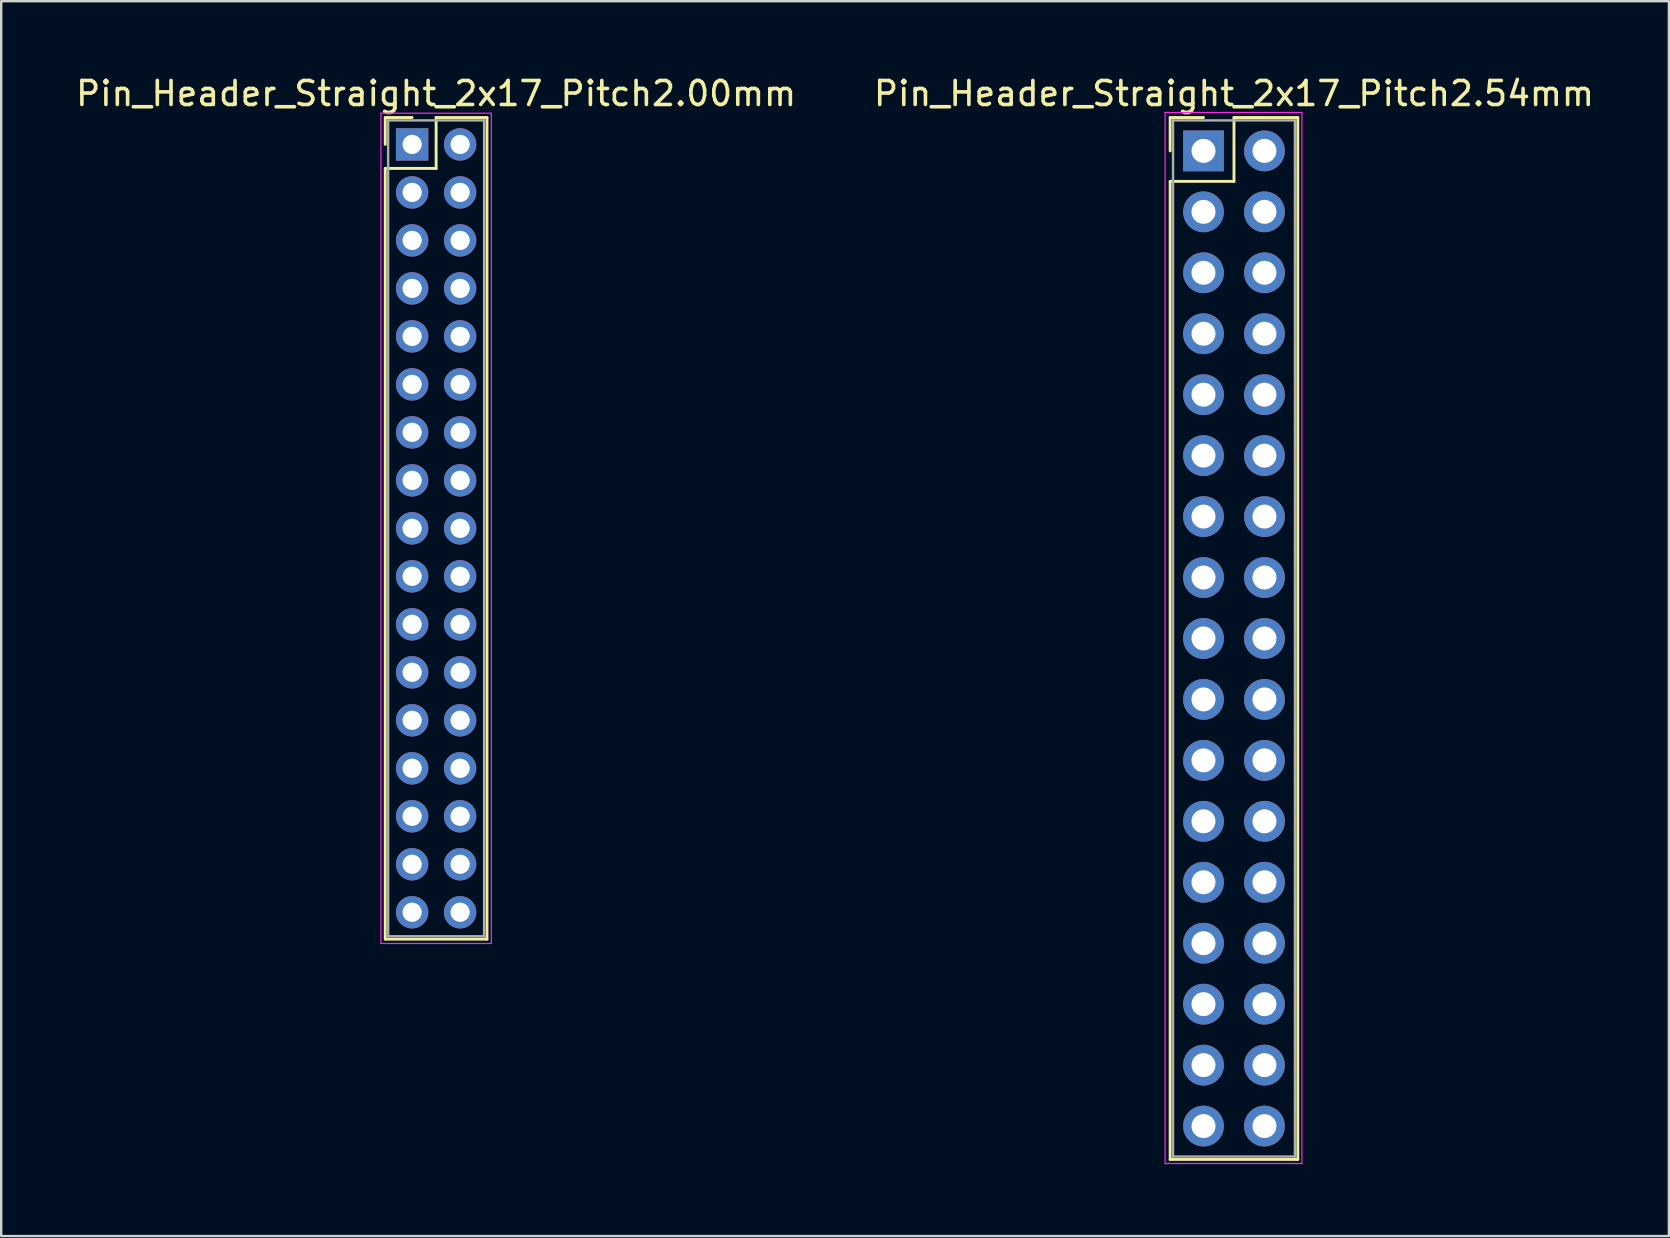
<source format=kicad_pcb>
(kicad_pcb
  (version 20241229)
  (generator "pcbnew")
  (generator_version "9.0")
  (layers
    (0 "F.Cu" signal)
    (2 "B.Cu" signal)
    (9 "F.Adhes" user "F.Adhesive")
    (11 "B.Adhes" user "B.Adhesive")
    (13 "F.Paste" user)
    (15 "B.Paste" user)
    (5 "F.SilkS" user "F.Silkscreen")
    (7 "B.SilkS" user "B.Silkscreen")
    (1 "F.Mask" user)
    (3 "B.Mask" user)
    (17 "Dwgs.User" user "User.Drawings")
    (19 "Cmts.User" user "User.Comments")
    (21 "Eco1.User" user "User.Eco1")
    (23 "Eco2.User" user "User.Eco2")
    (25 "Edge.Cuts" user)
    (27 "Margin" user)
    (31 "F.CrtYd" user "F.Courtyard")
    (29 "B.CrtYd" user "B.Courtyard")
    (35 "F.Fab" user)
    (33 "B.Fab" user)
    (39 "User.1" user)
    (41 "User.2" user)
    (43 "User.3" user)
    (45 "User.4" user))
  (footprint "Pin_Header_Straight_2x17_Pitch2.00mm"
    (layer "F.Cu")
    (at 14.125 2.968)
    (property "Reference" "Pin_Header_Straight_2x17_Pitch2.00mm" (at 1 -2.12 0) (layer "F.SilkS") (effects (font (size 1 1) (thickness 0.15))))
    (attr through_hole)
    (fp_line (start -1.12 -1.12) (end 0 -1.12) (stroke (width 0.12) (type solid)) (layer "F.SilkS"))
    (fp_line (start -1.12 0) (end -1.12 -1.12) (stroke (width 0.12) (type solid)) (layer "F.SilkS"))
    (fp_line (start -1.12 1) (end -1.12 33.12) (stroke (width 0.12) (type solid)) (layer "F.SilkS"))
    (fp_line (start -1.12 33.12) (end 3.12 33.12) (stroke (width 0.12) (type solid)) (layer "F.SilkS"))
    (fp_line (start 1 -1.12) (end 1 1) (stroke (width 0.12) (type solid)) (layer "F.SilkS"))
    (fp_line (start 1 1) (end -1.12 1) (stroke (width 0.12) (type solid)) (layer "F.SilkS"))
    (fp_line (start 3.12 -1.12) (end 1 -1.12) (stroke (width 0.12) (type solid)) (layer "F.SilkS"))
    (fp_line (start 3.12 33.12) (end 3.12 -1.12) (stroke (width 0.12) (type solid)) (layer "F.SilkS"))
    (fp_line (start -1.3 -1.3) (end -1.3 33.3) (stroke (width 0.05) (type solid)) (layer "F.CrtYd"))
    (fp_line (start -1.3 33.3) (end 3.3 33.3) (stroke (width 0.05) (type solid)) (layer "F.CrtYd"))
    (fp_line (start 3.3 -1.3) (end -1.3 -1.3) (stroke (width 0.05) (type solid)) (layer "F.CrtYd"))
    (fp_line (start 3.3 33.3) (end 3.3 -1.3) (stroke (width 0.05) (type solid)) (layer "F.CrtYd"))
    (fp_line (start -1 -1) (end -1 33) (stroke (width 0.1) (type solid)) (layer "F.Fab"))
    (fp_line (start -1 33) (end 3 33) (stroke (width 0.1) (type solid)) (layer "F.Fab"))
    (fp_line (start 3 -1) (end -1 -1) (stroke (width 0.1) (type solid)) (layer "F.Fab"))
    (fp_line (start 3 33) (end 3 -1) (stroke (width 0.1) (type solid)) (layer "F.Fab"))
    (pad "1" thru_hole rect (at 0 0) (size 1.35 1.35) (drill 0.8) (layers "*.Cu" "*.Mask"))
    (pad "2" thru_hole oval (at 2 0) (size 1.35 1.35) (drill 0.8) (layers "*.Cu" "*.Mask"))
    (pad "3" thru_hole oval (at 0 2) (size 1.35 1.35) (drill 0.8) (layers "*.Cu" "*.Mask"))
    (pad "4" thru_hole oval (at 2 2) (size 1.35 1.35) (drill 0.8) (layers "*.Cu" "*.Mask"))
    (pad "5" thru_hole oval (at 0 4) (size 1.35 1.35) (drill 0.8) (layers "*.Cu" "*.Mask"))
    (pad "6" thru_hole oval (at 2 4) (size 1.35 1.35) (drill 0.8) (layers "*.Cu" "*.Mask"))
    (pad "7" thru_hole oval (at 0 6) (size 1.35 1.35) (drill 0.8) (layers "*.Cu" "*.Mask"))
    (pad "8" thru_hole oval (at 2 6) (size 1.35 1.35) (drill 0.8) (layers "*.Cu" "*.Mask"))
    (pad "9" thru_hole oval (at 0 8) (size 1.35 1.35) (drill 0.8) (layers "*.Cu" "*.Mask"))
    (pad "10" thru_hole oval (at 2 8) (size 1.35 1.35) (drill 0.8) (layers "*.Cu" "*.Mask"))
    (pad "11" thru_hole oval (at 0 10) (size 1.35 1.35) (drill 0.8) (layers "*.Cu" "*.Mask"))
    (pad "12" thru_hole oval (at 2 10) (size 1.35 1.35) (drill 0.8) (layers "*.Cu" "*.Mask"))
    (pad "13" thru_hole oval (at 0 12) (size 1.35 1.35) (drill 0.8) (layers "*.Cu" "*.Mask"))
    (pad "14" thru_hole oval (at 2 12) (size 1.35 1.35) (drill 0.8) (layers "*.Cu" "*.Mask"))
    (pad "15" thru_hole oval (at 0 14) (size 1.35 1.35) (drill 0.8) (layers "*.Cu" "*.Mask"))
    (pad "16" thru_hole oval (at 2 14) (size 1.35 1.35) (drill 0.8) (layers "*.Cu" "*.Mask"))
    (pad "17" thru_hole oval (at 0 16) (size 1.35 1.35) (drill 0.8) (layers "*.Cu" "*.Mask"))
    (pad "18" thru_hole oval (at 2 16) (size 1.35 1.35) (drill 0.8) (layers "*.Cu" "*.Mask"))
    (pad "19" thru_hole oval (at 0 18) (size 1.35 1.35) (drill 0.8) (layers "*.Cu" "*.Mask"))
    (pad "20" thru_hole oval (at 2 18) (size 1.35 1.35) (drill 0.8) (layers "*.Cu" "*.Mask"))
    (pad "21" thru_hole oval (at 0 20) (size 1.35 1.35) (drill 0.8) (layers "*.Cu" "*.Mask"))
    (pad "22" thru_hole oval (at 2 20) (size 1.35 1.35) (drill 0.8) (layers "*.Cu" "*.Mask"))
    (pad "23" thru_hole oval (at 0 22) (size 1.35 1.35) (drill 0.8) (layers "*.Cu" "*.Mask"))
    (pad "24" thru_hole oval (at 2 22) (size 1.35 1.35) (drill 0.8) (layers "*.Cu" "*.Mask"))
    (pad "25" thru_hole oval (at 0 24) (size 1.35 1.35) (drill 0.8) (layers "*.Cu" "*.Mask"))
    (pad "26" thru_hole oval (at 2 24) (size 1.35 1.35) (drill 0.8) (layers "*.Cu" "*.Mask"))
    (pad "27" thru_hole oval (at 0 26) (size 1.35 1.35) (drill 0.8) (layers "*.Cu" "*.Mask"))
    (pad "28" thru_hole oval (at 2 26) (size 1.35 1.35) (drill 0.8) (layers "*.Cu" "*.Mask"))
    (pad "29" thru_hole oval (at 0 28) (size 1.35 1.35) (drill 0.8) (layers "*.Cu" "*.Mask"))
    (pad "30" thru_hole oval (at 2 28) (size 1.35 1.35) (drill 0.8) (layers "*.Cu" "*.Mask"))
    (pad "31" thru_hole oval (at 0 30) (size 1.35 1.35) (drill 0.8) (layers "*.Cu" "*.Mask"))
    (pad "32" thru_hole oval (at 2 30) (size 1.35 1.35) (drill 0.8) (layers "*.Cu" "*.Mask"))
    (pad "33" thru_hole oval (at 0 32) (size 1.35 1.35) (drill 0.8) (layers "*.Cu" "*.Mask"))
    (pad "34" thru_hole oval (at 2 32) (size 1.35 1.35) (drill 0.8) (layers "*.Cu" "*.Mask")))
  (footprint "Pin_Header_Straight_2x17_Pitch2.54mm"
    (layer "F.Cu")
    (at 47.105 3.238)
    (property "Reference" "Pin_Header_Straight_2x17_Pitch2.54mm" (at 1.27 -2.39 0) (layer "F.SilkS") (effects (font (size 1 1) (thickness 0.15))))
    (attr through_hole)
    (fp_line (start -1.39 -1.39) (end 0 -1.39) (stroke (width 0.12) (type solid)) (layer "F.SilkS"))
    (fp_line (start -1.39 0) (end -1.39 -1.39) (stroke (width 0.12) (type solid)) (layer "F.SilkS"))
    (fp_line (start -1.39 1.27) (end -1.39 42.03) (stroke (width 0.12) (type solid)) (layer "F.SilkS"))
    (fp_line (start -1.39 42.03) (end 3.93 42.03) (stroke (width 0.12) (type solid)) (layer "F.SilkS"))
    (fp_line (start 1.27 -1.39) (end 1.27 1.27) (stroke (width 0.12) (type solid)) (layer "F.SilkS"))
    (fp_line (start 1.27 1.27) (end -1.39 1.27) (stroke (width 0.12) (type solid)) (layer "F.SilkS"))
    (fp_line (start 3.93 -1.39) (end 1.27 -1.39) (stroke (width 0.12) (type solid)) (layer "F.SilkS"))
    (fp_line (start 3.93 42.03) (end 3.93 -1.39) (stroke (width 0.12) (type solid)) (layer "F.SilkS"))
    (fp_line (start -1.6 -1.6) (end -1.6 42.2) (stroke (width 0.05) (type solid)) (layer "F.CrtYd"))
    (fp_line (start -1.6 42.2) (end 4.1 42.2) (stroke (width 0.05) (type solid)) (layer "F.CrtYd"))
    (fp_line (start 4.1 -1.6) (end -1.6 -1.6) (stroke (width 0.05) (type solid)) (layer "F.CrtYd"))
    (fp_line (start 4.1 42.2) (end 4.1 -1.6) (stroke (width 0.05) (type solid)) (layer "F.CrtYd"))
    (fp_line (start -1.27 -1.27) (end -1.27 41.91) (stroke (width 0.1) (type solid)) (layer "F.Fab"))
    (fp_line (start -1.27 41.91) (end 3.81 41.91) (stroke (width 0.1) (type solid)) (layer "F.Fab"))
    (fp_line (start 3.81 -1.27) (end -1.27 -1.27) (stroke (width 0.1) (type solid)) (layer "F.Fab"))
    (fp_line (start 3.81 41.91) (end 3.81 -1.27) (stroke (width 0.1) (type solid)) (layer "F.Fab"))
    (pad "1" thru_hole rect (at 0 0) (size 1.7 1.7) (drill 1) (layers "*.Cu" "*.Mask"))
    (pad "2" thru_hole oval (at 2.54 0) (size 1.7 1.7) (drill 1) (layers "*.Cu" "*.Mask"))
    (pad "3" thru_hole oval (at 0 2.54) (size 1.7 1.7) (drill 1) (layers "*.Cu" "*.Mask"))
    (pad "4" thru_hole oval (at 2.54 2.54) (size 1.7 1.7) (drill 1) (layers "*.Cu" "*.Mask"))
    (pad "5" thru_hole oval (at 0 5.08) (size 1.7 1.7) (drill 1) (layers "*.Cu" "*.Mask"))
    (pad "6" thru_hole oval (at 2.54 5.08) (size 1.7 1.7) (drill 1) (layers "*.Cu" "*.Mask"))
    (pad "7" thru_hole oval (at 0 7.62) (size 1.7 1.7) (drill 1) (layers "*.Cu" "*.Mask"))
    (pad "8" thru_hole oval (at 2.54 7.62) (size 1.7 1.7) (drill 1) (layers "*.Cu" "*.Mask"))
    (pad "9" thru_hole oval (at 0 10.16) (size 1.7 1.7) (drill 1) (layers "*.Cu" "*.Mask"))
    (pad "10" thru_hole oval (at 2.54 10.16) (size 1.7 1.7) (drill 1) (layers "*.Cu" "*.Mask"))
    (pad "11" thru_hole oval (at 0 12.7) (size 1.7 1.7) (drill 1) (layers "*.Cu" "*.Mask"))
    (pad "12" thru_hole oval (at 2.54 12.7) (size 1.7 1.7) (drill 1) (layers "*.Cu" "*.Mask"))
    (pad "13" thru_hole oval (at 0 15.24) (size 1.7 1.7) (drill 1) (layers "*.Cu" "*.Mask"))
    (pad "14" thru_hole oval (at 2.54 15.24) (size 1.7 1.7) (drill 1) (layers "*.Cu" "*.Mask"))
    (pad "15" thru_hole oval (at 0 17.78) (size 1.7 1.7) (drill 1) (layers "*.Cu" "*.Mask"))
    (pad "16" thru_hole oval (at 2.54 17.78) (size 1.7 1.7) (drill 1) (layers "*.Cu" "*.Mask"))
    (pad "17" thru_hole oval (at 0 20.32) (size 1.7 1.7) (drill 1) (layers "*.Cu" "*.Mask"))
    (pad "18" thru_hole oval (at 2.54 20.32) (size 1.7 1.7) (drill 1) (layers "*.Cu" "*.Mask"))
    (pad "19" thru_hole oval (at 0 22.86) (size 1.7 1.7) (drill 1) (layers "*.Cu" "*.Mask"))
    (pad "20" thru_hole oval (at 2.54 22.86) (size 1.7 1.7) (drill 1) (layers "*.Cu" "*.Mask"))
    (pad "21" thru_hole oval (at 0 25.4) (size 1.7 1.7) (drill 1) (layers "*.Cu" "*.Mask"))
    (pad "22" thru_hole oval (at 2.54 25.4) (size 1.7 1.7) (drill 1) (layers "*.Cu" "*.Mask"))
    (pad "23" thru_hole oval (at 0 27.94) (size 1.7 1.7) (drill 1) (layers "*.Cu" "*.Mask"))
    (pad "24" thru_hole oval (at 2.54 27.94) (size 1.7 1.7) (drill 1) (layers "*.Cu" "*.Mask"))
    (pad "25" thru_hole oval (at 0 30.48) (size 1.7 1.7) (drill 1) (layers "*.Cu" "*.Mask"))
    (pad "26" thru_hole oval (at 2.54 30.48) (size 1.7 1.7) (drill 1) (layers "*.Cu" "*.Mask"))
    (pad "27" thru_hole oval (at 0 33.02) (size 1.7 1.7) (drill 1) (layers "*.Cu" "*.Mask"))
    (pad "28" thru_hole oval (at 2.54 33.02) (size 1.7 1.7) (drill 1) (layers "*.Cu" "*.Mask"))
    (pad "29" thru_hole oval (at 0 35.56) (size 1.7 1.7) (drill 1) (layers "*.Cu" "*.Mask"))
    (pad "30" thru_hole oval (at 2.54 35.56) (size 1.7 1.7) (drill 1) (layers "*.Cu" "*.Mask"))
    (pad "31" thru_hole oval (at 0 38.1) (size 1.7 1.7) (drill 1) (layers "*.Cu" "*.Mask"))
    (pad "32" thru_hole oval (at 2.54 38.1) (size 1.7 1.7) (drill 1) (layers "*.Cu" "*.Mask"))
    (pad "33" thru_hole oval (at 0 40.64) (size 1.7 1.7) (drill 1) (layers "*.Cu" "*.Mask"))
    (pad "34" thru_hole oval (at 2.54 40.64) (size 1.7 1.7) (drill 1) (layers "*.Cu" "*.Mask")))
  (gr_rect
    (start -3 -3)
    (end 66.5 48.463)
    (stroke (width 0.1) (type default))
    (fill no)
    (layer "Edge.Cuts")))
</source>
